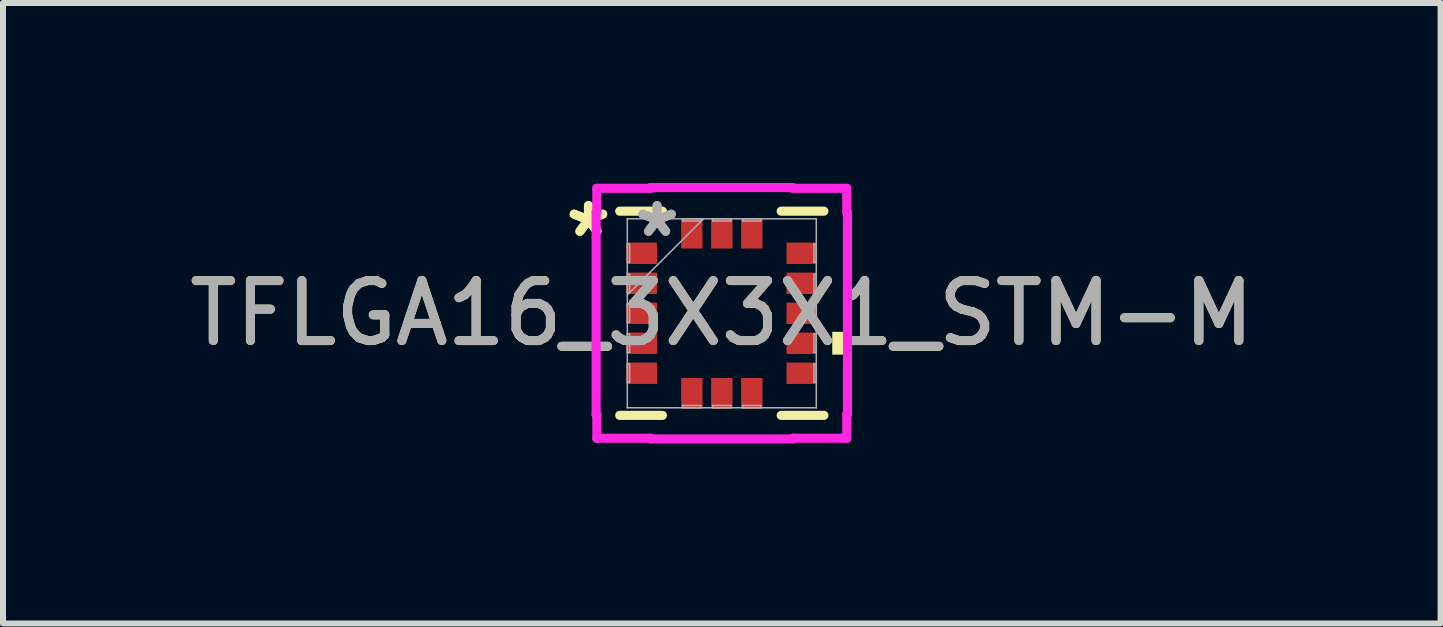
<source format=kicad_pcb>
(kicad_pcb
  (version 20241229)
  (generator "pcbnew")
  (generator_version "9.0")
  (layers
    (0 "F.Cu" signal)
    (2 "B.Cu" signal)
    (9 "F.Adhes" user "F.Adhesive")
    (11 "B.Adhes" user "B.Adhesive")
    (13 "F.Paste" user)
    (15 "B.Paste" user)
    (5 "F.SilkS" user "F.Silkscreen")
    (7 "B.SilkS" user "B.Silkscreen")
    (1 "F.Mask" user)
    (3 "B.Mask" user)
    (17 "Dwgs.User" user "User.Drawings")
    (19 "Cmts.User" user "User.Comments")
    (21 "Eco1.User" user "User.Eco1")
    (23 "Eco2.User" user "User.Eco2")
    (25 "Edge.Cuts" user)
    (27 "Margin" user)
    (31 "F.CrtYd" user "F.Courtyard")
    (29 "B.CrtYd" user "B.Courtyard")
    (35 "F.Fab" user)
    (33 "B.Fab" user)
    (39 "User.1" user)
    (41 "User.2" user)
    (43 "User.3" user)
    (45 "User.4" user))
  (footprint "TFLGA16_3X3X1_STM-M"
    (layer "F.Cu")
    (at 8.982 2.172)
    (property "Reference" "TFLGA16_3X3X1_STM-M" (at 0 0 0) (unlocked yes) (layer "F.SilkS") (effects (font (size 1 1) (thickness 0.15))))
    (attr smd)
    (fp_line (start -1.702 1.702) (end -0.99 1.702) (stroke (width 0.152) (type solid)) (layer "F.SilkS"))
    (fp_line (start -0.99 -1.702) (end -1.702 -1.702) (stroke (width 0.152) (type solid)) (layer "F.SilkS"))
    (fp_line (start 0.99 1.702) (end 1.702 1.702) (stroke (width 0.152) (type solid)) (layer "F.SilkS"))
    (fp_line (start 1.702 -1.702) (end 0.99 -1.702) (stroke (width 0.152) (type solid)) (layer "F.SilkS"))
    (fp_poly (pts (xy 2.095 0.309) (xy 2.095 0.69) (xy 1.841 0.69) (xy 1.841 0.309)) (stroke (width 0) (type solid)) (fill yes) (layer "F.SilkS"))
    (fp_line (start -2.095 -1.686) (end -2.083 -1.686) (stroke (width 0.152) (type solid)) (layer "F.CrtYd"))
    (fp_line (start -2.095 1.686) (end -2.095 -1.686) (stroke (width 0.152) (type solid)) (layer "F.CrtYd"))
    (fp_line (start -2.083 -2.083) (end -1.186 -2.083) (stroke (width 0.152) (type solid)) (layer "F.CrtYd"))
    (fp_line (start -2.083 -1.686) (end -2.083 -2.083) (stroke (width 0.152) (type solid)) (layer "F.CrtYd"))
    (fp_line (start -2.083 1.686) (end -2.095 1.686) (stroke (width 0.152) (type solid)) (layer "F.CrtYd"))
    (fp_line (start -2.083 2.083) (end -2.083 1.686) (stroke (width 0.152) (type solid)) (layer "F.CrtYd"))
    (fp_line (start -1.186 -2.095) (end 1.186 -2.095) (stroke (width 0.152) (type solid)) (layer "F.CrtYd"))
    (fp_line (start -1.186 -2.083) (end -1.186 -2.095) (stroke (width 0.152) (type solid)) (layer "F.CrtYd"))
    (fp_line (start -1.186 2.083) (end -2.083 2.083) (stroke (width 0.152) (type solid)) (layer "F.CrtYd"))
    (fp_line (start -1.186 2.095) (end -1.186 2.083) (stroke (width 0.152) (type solid)) (layer "F.CrtYd"))
    (fp_line (start 1.186 -2.095) (end 1.186 -2.083) (stroke (width 0.152) (type solid)) (layer "F.CrtYd"))
    (fp_line (start 1.186 -2.083) (end 2.083 -2.083) (stroke (width 0.152) (type solid)) (layer "F.CrtYd"))
    (fp_line (start 1.186 2.083) (end 1.186 2.095) (stroke (width 0.152) (type solid)) (layer "F.CrtYd"))
    (fp_line (start 1.186 2.095) (end -1.186 2.095) (stroke (width 0.152) (type solid)) (layer "F.CrtYd"))
    (fp_line (start 2.083 -2.083) (end 2.083 -1.686) (stroke (width 0.152) (type solid)) (layer "F.CrtYd"))
    (fp_line (start 2.083 -1.686) (end 2.095 -1.686) (stroke (width 0.152) (type solid)) (layer "F.CrtYd"))
    (fp_line (start 2.083 1.686) (end 2.083 2.083) (stroke (width 0.152) (type solid)) (layer "F.CrtYd"))
    (fp_line (start 2.083 2.083) (end 1.186 2.083) (stroke (width 0.152) (type solid)) (layer "F.CrtYd"))
    (fp_line (start 2.095 -1.686) (end 2.095 1.686) (stroke (width 0.152) (type solid)) (layer "F.CrtYd"))
    (fp_line (start 2.095 1.686) (end 2.083 1.686) (stroke (width 0.152) (type solid)) (layer "F.CrtYd"))
    (fp_line (start -1.575 -1.575) (end -1.575 -1.575) (stroke (width 0.025) (type solid)) (layer "F.Fab"))
    (fp_line (start -1.575 -1.575) (end -1.575 1.575) (stroke (width 0.025) (type solid)) (layer "F.Fab"))
    (fp_line (start -1.575 -1.152) (end -1.537 -1.152) (stroke (width 0.025) (type solid)) (layer "F.Fab"))
    (fp_line (start -1.575 -0.848) (end -1.575 -1.152) (stroke (width 0.025) (type solid)) (layer "F.Fab"))
    (fp_line (start -1.575 -0.652) (end -1.537 -0.652) (stroke (width 0.025) (type solid)) (layer "F.Fab"))
    (fp_line (start -1.575 -0.348) (end -1.575 -0.652) (stroke (width 0.025) (type solid)) (layer "F.Fab"))
    (fp_line (start -1.575 -0.305) (end -0.305 -1.575) (stroke (width 0.025) (type solid)) (layer "F.Fab"))
    (fp_line (start -1.575 -0.152) (end -1.537 -0.152) (stroke (width 0.025) (type solid)) (layer "F.Fab"))
    (fp_line (start -1.575 0.152) (end -1.575 -0.152) (stroke (width 0.025) (type solid)) (layer "F.Fab"))
    (fp_line (start -1.575 0.348) (end -1.537 0.348) (stroke (width 0.025) (type solid)) (layer "F.Fab"))
    (fp_line (start -1.575 0.652) (end -1.575 0.348) (stroke (width 0.025) (type solid)) (layer "F.Fab"))
    (fp_line (start -1.575 0.848) (end -1.537 0.848) (stroke (width 0.025) (type solid)) (layer "F.Fab"))
    (fp_line (start -1.575 1.152) (end -1.575 0.848) (stroke (width 0.025) (type solid)) (layer "F.Fab"))
    (fp_line (start -1.575 1.575) (end -1.575 1.575) (stroke (width 0.025) (type solid)) (layer "F.Fab"))
    (fp_line (start -1.575 1.575) (end 1.575 1.575) (stroke (width 0.025) (type solid)) (layer "F.Fab"))
    (fp_line (start -1.537 -1.152) (end -1.537 -0.848) (stroke (width 0.025) (type solid)) (layer "F.Fab"))
    (fp_line (start -1.537 -0.848) (end -1.575 -0.848) (stroke (width 0.025) (type solid)) (layer "F.Fab"))
    (fp_line (start -1.537 -0.652) (end -1.537 -0.348) (stroke (width 0.025) (type solid)) (layer "F.Fab"))
    (fp_line (start -1.537 -0.348) (end -1.575 -0.348) (stroke (width 0.025) (type solid)) (layer "F.Fab"))
    (fp_line (start -1.537 -0.152) (end -1.537 0.152) (stroke (width 0.025) (type solid)) (layer "F.Fab"))
    (fp_line (start -1.537 0.152) (end -1.575 0.152) (stroke (width 0.025) (type solid)) (layer "F.Fab"))
    (fp_line (start -1.537 0.348) (end -1.537 0.652) (stroke (width 0.025) (type solid)) (layer "F.Fab"))
    (fp_line (start -1.537 0.652) (end -1.575 0.652) (stroke (width 0.025) (type solid)) (layer "F.Fab"))
    (fp_line (start -1.537 0.848) (end -1.537 1.152) (stroke (width 0.025) (type solid)) (layer "F.Fab"))
    (fp_line (start -1.537 1.152) (end -1.575 1.152) (stroke (width 0.025) (type solid)) (layer "F.Fab"))
    (fp_line (start -0.652 -1.575) (end -0.348 -1.575) (stroke (width 0.025) (type solid)) (layer "F.Fab"))
    (fp_line (start -0.652 -1.537) (end -0.652 -1.575) (stroke (width 0.025) (type solid)) (layer "F.Fab"))
    (fp_line (start -0.652 1.537) (end -0.348 1.537) (stroke (width 0.025) (type solid)) (layer "F.Fab"))
    (fp_line (start -0.652 1.575) (end -0.652 1.537) (stroke (width 0.025) (type solid)) (layer "F.Fab"))
    (fp_line (start -0.348 -1.575) (end -0.348 -1.537) (stroke (width 0.025) (type solid)) (layer "F.Fab"))
    (fp_line (start -0.348 -1.537) (end -0.652 -1.537) (stroke (width 0.025) (type solid)) (layer "F.Fab"))
    (fp_line (start -0.348 1.537) (end -0.348 1.575) (stroke (width 0.025) (type solid)) (layer "F.Fab"))
    (fp_line (start -0.348 1.575) (end -0.652 1.575) (stroke (width 0.025) (type solid)) (layer "F.Fab"))
    (fp_line (start -0.152 -1.575) (end 0.152 -1.575) (stroke (width 0.025) (type solid)) (layer "F.Fab"))
    (fp_line (start -0.152 -1.537) (end -0.152 -1.575) (stroke (width 0.025) (type solid)) (layer "F.Fab"))
    (fp_line (start -0.152 1.537) (end 0.152 1.537) (stroke (width 0.025) (type solid)) (layer "F.Fab"))
    (fp_line (start -0.152 1.575) (end -0.152 1.537) (stroke (width 0.025) (type solid)) (layer "F.Fab"))
    (fp_line (start 0.152 -1.575) (end 0.152 -1.537) (stroke (width 0.025) (type solid)) (layer "F.Fab"))
    (fp_line (start 0.152 -1.537) (end -0.152 -1.537) (stroke (width 0.025) (type solid)) (layer "F.Fab"))
    (fp_line (start 0.152 1.537) (end 0.152 1.575) (stroke (width 0.025) (type solid)) (layer "F.Fab"))
    (fp_line (start 0.152 1.575) (end -0.152 1.575) (stroke (width 0.025) (type solid)) (layer "F.Fab"))
    (fp_line (start 0.348 -1.575) (end 0.652 -1.575) (stroke (width 0.025) (type solid)) (layer "F.Fab"))
    (fp_line (start 0.348 -1.537) (end 0.348 -1.575) (stroke (width 0.025) (type solid)) (layer "F.Fab"))
    (fp_line (start 0.348 1.537) (end 0.652 1.537) (stroke (width 0.025) (type solid)) (layer "F.Fab"))
    (fp_line (start 0.348 1.575) (end 0.348 1.537) (stroke (width 0.025) (type solid)) (layer "F.Fab"))
    (fp_line (start 0.652 -1.575) (end 0.652 -1.537) (stroke (width 0.025) (type solid)) (layer "F.Fab"))
    (fp_line (start 0.652 -1.537) (end 0.348 -1.537) (stroke (width 0.025) (type solid)) (layer "F.Fab"))
    (fp_line (start 0.652 1.537) (end 0.652 1.575) (stroke (width 0.025) (type solid)) (layer "F.Fab"))
    (fp_line (start 0.652 1.575) (end 0.348 1.575) (stroke (width 0.025) (type solid)) (layer "F.Fab"))
    (fp_line (start 1.537 -1.152) (end 1.575 -1.152) (stroke (width 0.025) (type solid)) (layer "F.Fab"))
    (fp_line (start 1.537 -0.848) (end 1.537 -1.152) (stroke (width 0.025) (type solid)) (layer "F.Fab"))
    (fp_line (start 1.537 -0.652) (end 1.575 -0.652) (stroke (width 0.025) (type solid)) (layer "F.Fab"))
    (fp_line (start 1.537 -0.348) (end 1.537 -0.652) (stroke (width 0.025) (type solid)) (layer "F.Fab"))
    (fp_line (start 1.537 -0.152) (end 1.575 -0.152) (stroke (width 0.025) (type solid)) (layer "F.Fab"))
    (fp_line (start 1.537 0.152) (end 1.537 -0.152) (stroke (width 0.025) (type solid)) (layer "F.Fab"))
    (fp_line (start 1.537 0.348) (end 1.575 0.348) (stroke (width 0.025) (type solid)) (layer "F.Fab"))
    (fp_line (start 1.537 0.652) (end 1.537 0.348) (stroke (width 0.025) (type solid)) (layer "F.Fab"))
    (fp_line (start 1.537 0.848) (end 1.575 0.848) (stroke (width 0.025) (type solid)) (layer "F.Fab"))
    (fp_line (start 1.537 1.152) (end 1.537 0.848) (stroke (width 0.025) (type solid)) (layer "F.Fab"))
    (fp_line (start 1.575 -1.575) (end -1.575 -1.575) (stroke (width 0.025) (type solid)) (layer "F.Fab"))
    (fp_line (start 1.575 -1.575) (end 1.575 -1.575) (stroke (width 0.025) (type solid)) (layer "F.Fab"))
    (fp_line (start 1.575 -1.152) (end 1.575 -0.848) (stroke (width 0.025) (type solid)) (layer "F.Fab"))
    (fp_line (start 1.575 -0.848) (end 1.537 -0.848) (stroke (width 0.025) (type solid)) (layer "F.Fab"))
    (fp_line (start 1.575 -0.652) (end 1.575 -0.348) (stroke (width 0.025) (type solid)) (layer "F.Fab"))
    (fp_line (start 1.575 -0.348) (end 1.537 -0.348) (stroke (width 0.025) (type solid)) (layer "F.Fab"))
    (fp_line (start 1.575 -0.152) (end 1.575 0.152) (stroke (width 0.025) (type solid)) (layer "F.Fab"))
    (fp_line (start 1.575 0.152) (end 1.537 0.152) (stroke (width 0.025) (type solid)) (layer "F.Fab"))
    (fp_line (start 1.575 0.348) (end 1.575 0.652) (stroke (width 0.025) (type solid)) (layer "F.Fab"))
    (fp_line (start 1.575 0.652) (end 1.537 0.652) (stroke (width 0.025) (type solid)) (layer "F.Fab"))
    (fp_line (start 1.575 0.848) (end 1.575 1.152) (stroke (width 0.025) (type solid)) (layer "F.Fab"))
    (fp_line (start 1.575 1.152) (end 1.537 1.152) (stroke (width 0.025) (type solid)) (layer "F.Fab"))
    (fp_line (start 1.575 1.575) (end 1.575 -1.575) (stroke (width 0.025) (type solid)) (layer "F.Fab"))
    (fp_line (start 1.575 1.575) (end 1.575 1.575) (stroke (width 0.025) (type solid)) (layer "F.Fab"))
    (fp_text user "*" (at -2.223 -1.25 0) (layer "F.SilkS") (effects (font (size 1 1) (thickness 0.15))))
    (fp_text user "*" (at -2.223 -1.25 0) (unlocked yes) (layer "F.SilkS") (effects (font (size 1 1) (thickness 0.15))))
    (fp_text user "*" (at -1.079 -1.25 0) (layer "F.Fab") (effects (font (size 1 1) (thickness 0.15))))
    (fp_text user "*" (at -1.079 -1.25 0) (unlocked yes) (layer "F.Fab") (effects (font (size 1 1) (thickness 0.15))))
    (fp_text user "${REFERENCE}" (at 0 0 0) (unlocked yes) (layer "F.Fab") (effects (font (size 1 1) (thickness 0.15))))
    (pad "1" smd rect (at -1.333 -1 90) (size 0.356 0.508) (layers "F.Cu" "F.Mask" "F.Paste"))
    (pad "2" smd rect (at -1.333 -0.5 90) (size 0.356 0.508) (layers "F.Cu" "F.Mask" "F.Paste"))
    (pad "3" smd rect (at -1.333 0 90) (size 0.356 0.508) (layers "F.Cu" "F.Mask" "F.Paste"))
    (pad "4" smd rect (at -1.333 0.5 90) (size 0.356 0.508) (layers "F.Cu" "F.Mask" "F.Paste"))
    (pad "5" smd rect (at -1.333 1 90) (size 0.356 0.508) (layers "F.Cu" "F.Mask" "F.Paste"))
    (pad "6" smd rect (at -0.5 1.333) (size 0.356 0.508) (layers "F.Cu" "F.Mask" "F.Paste"))
    (pad "7" smd rect (at 0 1.333) (size 0.356 0.508) (layers "F.Cu" "F.Mask" "F.Paste"))
    (pad "8" smd rect (at 0.5 1.333) (size 0.356 0.508) (layers "F.Cu" "F.Mask" "F.Paste"))
    (pad "9" smd rect (at 1.333 1 90) (size 0.356 0.508) (layers "F.Cu" "F.Mask" "F.Paste"))
    (pad "10" smd rect (at 1.333 0.5 90) (size 0.356 0.508) (layers "F.Cu" "F.Mask" "F.Paste"))
    (pad "11" smd rect (at 1.333 0 90) (size 0.356 0.508) (layers "F.Cu" "F.Mask" "F.Paste"))
    (pad "12" smd rect (at 1.333 -0.5 90) (size 0.356 0.508) (layers "F.Cu" "F.Mask" "F.Paste"))
    (pad "13" smd rect (at 1.333 -1 90) (size 0.356 0.508) (layers "F.Cu" "F.Mask" "F.Paste"))
    (pad "14" smd rect (at 0.5 -1.333) (size 0.356 0.508) (layers "F.Cu" "F.Mask" "F.Paste"))
    (pad "15" smd rect (at 0 -1.333) (size 0.356 0.508) (layers "F.Cu" "F.Mask" "F.Paste"))
    (pad "16" smd rect (at -0.5 -1.333) (size 0.356 0.508) (layers "F.Cu" "F.Mask" "F.Paste")))
  (gr_rect
    (start -3 -3)
    (end 20.964 7.343)
    (stroke (width 0.1) (type default))
    (fill no)
    (layer "Edge.Cuts")))
</source>
